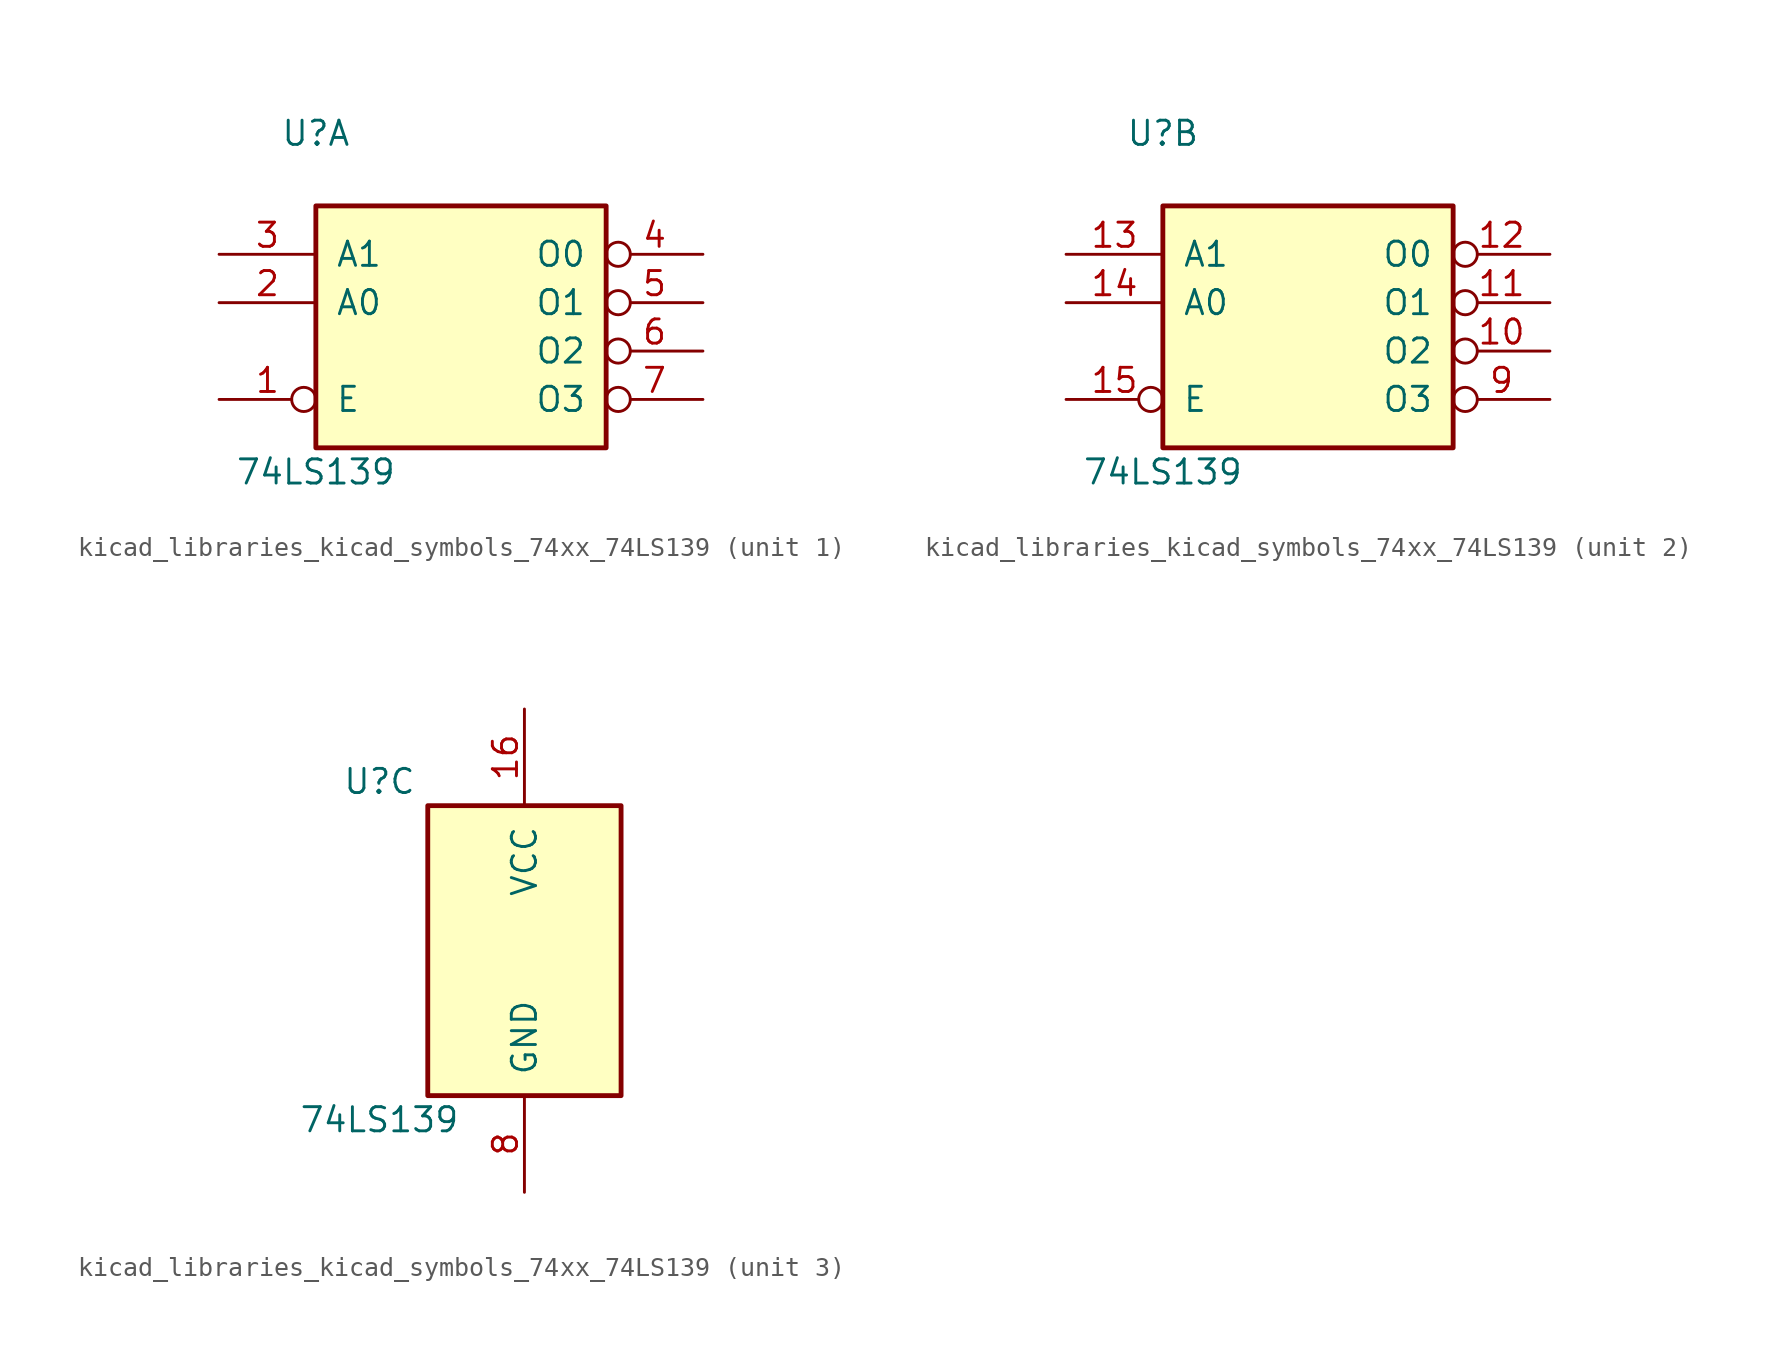
<source format=kicad_sym>
(kicad_symbol_lib
  (version 20220914)
  (generator kicad_symbol_editor)
  (symbol "kicad_libraries_kicad_symbols_74xx_74LS139"
    (pin_names
      (offset 1.016))
    (property "Reference" "U"
      (at -7.62 8.89 0)
      (effects (font (size 1.27 1.27))))
    (property "Value" "74LS139"
      (at -7.62 -8.89 0)
      (effects (font (size 1.27 1.27))))
    (property "ki_locked" ""
      (at 0 0 0)
      (effects (font (size 1.27 1.27))))
    (symbol "kicad_libraries_kicad_symbols_74xx_74LS139_1_0"
      (pin input inverted (at -12.7 -5.08 0) (length 5.08) (name "E" (effects (font (size 1.27 1.27)))) (number "1" (effects (font (size 1.27 1.27)))))
      (pin input line (at -12.7 0 0) (length 5.08) (name "A0" (effects (font (size 1.27 1.27)))) (number "2" (effects (font (size 1.27 1.27)))))
      (pin input line (at -12.7 2.54 0) (length 5.08) (name "A1" (effects (font (size 1.27 1.27)))) (number "3" (effects (font (size 1.27 1.27)))))
      (pin output inverted (at 12.7 2.54 180) (length 5.08) (name "O0" (effects (font (size 1.27 1.27)))) (number "4" (effects (font (size 1.27 1.27)))))
      (pin output inverted (at 12.7 0 180) (length 5.08) (name "O1" (effects (font (size 1.27 1.27)))) (number "5" (effects (font (size 1.27 1.27)))))
      (pin output inverted (at 12.7 -2.54 180) (length 5.08) (name "O2" (effects (font (size 1.27 1.27)))) (number "6" (effects (font (size 1.27 1.27)))))
      (pin output inverted (at 12.7 -5.08 180) (length 5.08) (name "O3" (effects (font (size 1.27 1.27)))) (number "7" (effects (font (size 1.27 1.27))))))
    (symbol "kicad_libraries_kicad_symbols_74xx_74LS139_1_1"
      (rectangle (start -7.62 5.08) (end 7.62 -7.62) (stroke (width 0.254) (type default)) (fill (type background))))
    (symbol "kicad_libraries_kicad_symbols_74xx_74LS139_2_0"
      (pin output inverted (at 12.7 -2.54 180) (length 5.08) (name "O2" (effects (font (size 1.27 1.27)))) (number "10" (effects (font (size 1.27 1.27)))))
      (pin output inverted (at 12.7 0 180) (length 5.08) (name "O1" (effects (font (size 1.27 1.27)))) (number "11" (effects (font (size 1.27 1.27)))))
      (pin output inverted (at 12.7 2.54 180) (length 5.08) (name "O0" (effects (font (size 1.27 1.27)))) (number "12" (effects (font (size 1.27 1.27)))))
      (pin input line (at -12.7 2.54 0) (length 5.08) (name "A1" (effects (font (size 1.27 1.27)))) (number "13" (effects (font (size 1.27 1.27)))))
      (pin input line (at -12.7 0 0) (length 5.08) (name "A0" (effects (font (size 1.27 1.27)))) (number "14" (effects (font (size 1.27 1.27)))))
      (pin input inverted (at -12.7 -5.08 0) (length 5.08) (name "E" (effects (font (size 1.27 1.27)))) (number "15" (effects (font (size 1.27 1.27)))))
      (pin output inverted (at 12.7 -5.08 180) (length 5.08) (name "O3" (effects (font (size 1.27 1.27)))) (number "9" (effects (font (size 1.27 1.27))))))
    (symbol "kicad_libraries_kicad_symbols_74xx_74LS139_2_1"
      (rectangle (start -7.62 5.08) (end 7.62 -7.62) (stroke (width 0.254) (type default)) (fill (type background))))
    (symbol "kicad_libraries_kicad_symbols_74xx_74LS139_3_0"
      (pin power_in line (at 0 12.7 270) (length 5.08) (name "VCC" (effects (font (size 1.27 1.27)))) (number "16" (effects (font (size 1.27 1.27)))))
      (pin power_in line (at 0 -12.7 90) (length 5.08) (name "GND" (effects (font (size 1.27 1.27)))) (number "8" (effects (font (size 1.27 1.27))))))
    (symbol "kicad_libraries_kicad_symbols_74xx_74LS139_3_1"
      (rectangle (start -5.08 7.62) (end 5.08 -7.62) (stroke (width 0.254) (type default)) (fill (type background))))))
</source>
